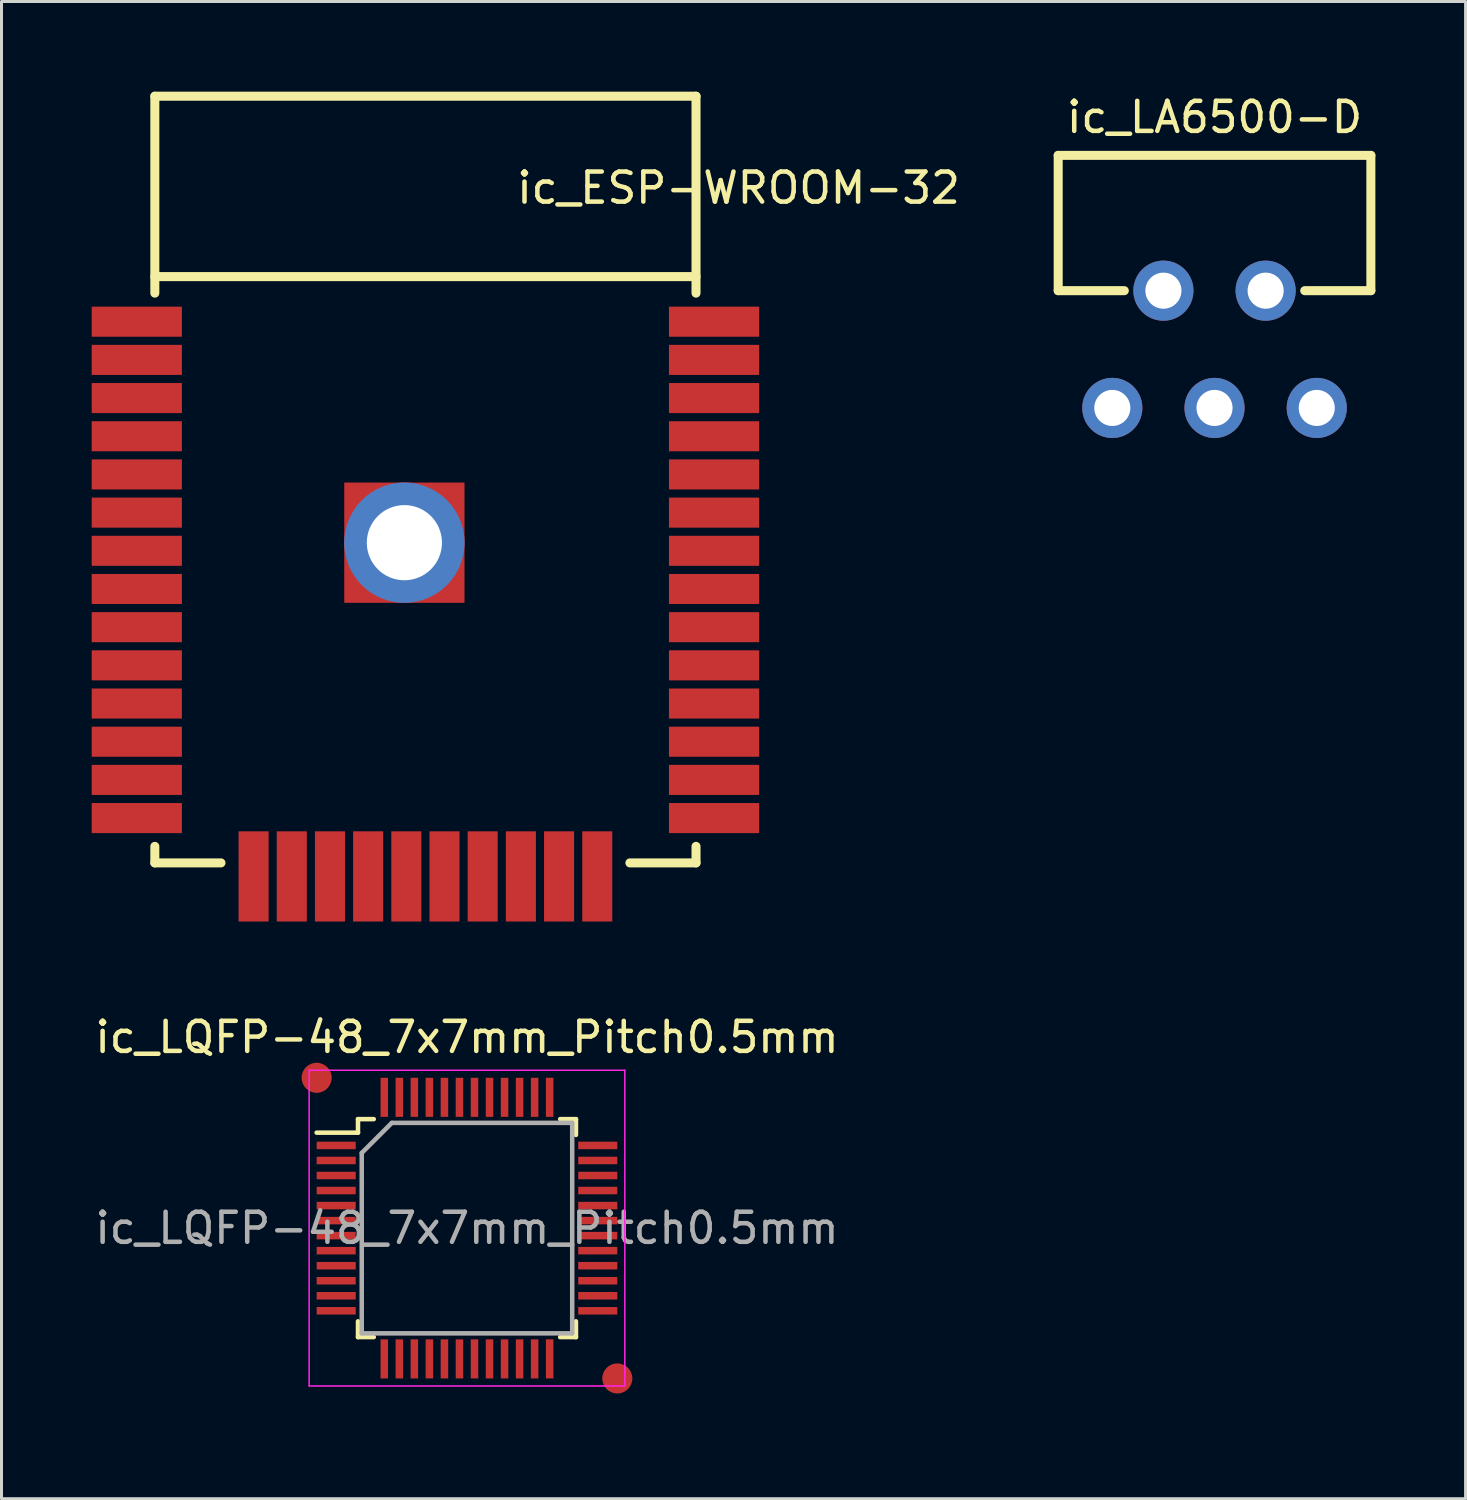
<source format=kicad_pcb>
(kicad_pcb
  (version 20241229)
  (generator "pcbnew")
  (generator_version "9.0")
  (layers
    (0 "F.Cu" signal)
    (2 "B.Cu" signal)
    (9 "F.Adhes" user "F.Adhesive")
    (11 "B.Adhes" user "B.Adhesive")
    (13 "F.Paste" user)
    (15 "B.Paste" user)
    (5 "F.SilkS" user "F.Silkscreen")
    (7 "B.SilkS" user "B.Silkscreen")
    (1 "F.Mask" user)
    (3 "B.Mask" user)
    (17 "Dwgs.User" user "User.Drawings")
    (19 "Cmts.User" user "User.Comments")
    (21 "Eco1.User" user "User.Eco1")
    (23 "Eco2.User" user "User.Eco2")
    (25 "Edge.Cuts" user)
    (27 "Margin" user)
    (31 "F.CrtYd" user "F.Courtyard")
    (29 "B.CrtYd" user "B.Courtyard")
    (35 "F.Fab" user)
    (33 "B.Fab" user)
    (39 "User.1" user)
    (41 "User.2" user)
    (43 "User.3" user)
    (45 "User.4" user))
  (footprint "ic_LQFP-48_7x7mm_Pitch0.5mm"
    (layer "F.Cu")
    (at 12.482 37.798)
    (property "Reference" "ic_LQFP-48_7x7mm_Pitch0.5mm" (at 0 -6.35 180) (layer "F.SilkS") (effects (font (size 1 1) (thickness 0.15))))
    (attr smd)
    (fp_line (start -3.625 -3.625) (end -3.625 -3.175) (stroke (width 0.15) (type solid)) (layer "F.SilkS"))
    (fp_line (start -3.625 -3.625) (end -3.1 -3.625) (stroke (width 0.15) (type solid)) (layer "F.SilkS"))
    (fp_line (start -3.625 -3.175) (end -5 -3.175) (stroke (width 0.15) (type solid)) (layer "F.SilkS"))
    (fp_line (start -3.625 3.625) (end -3.625 3.1) (stroke (width 0.15) (type solid)) (layer "F.SilkS"))
    (fp_line (start -3.625 3.625) (end -3.1 3.625) (stroke (width 0.15) (type solid)) (layer "F.SilkS"))
    (fp_line (start 3.625 -3.625) (end 3.1 -3.625) (stroke (width 0.15) (type solid)) (layer "F.SilkS"))
    (fp_line (start 3.625 -3.625) (end 3.625 -3.1) (stroke (width 0.15) (type solid)) (layer "F.SilkS"))
    (fp_line (start 3.625 3.625) (end 3.1 3.625) (stroke (width 0.15) (type solid)) (layer "F.SilkS"))
    (fp_line (start 3.625 3.625) (end 3.625 3.1) (stroke (width 0.15) (type solid)) (layer "F.SilkS"))
    (fp_line (start -5.25 -5.25) (end -5.25 5.25) (stroke (width 0.05) (type solid)) (layer "F.CrtYd"))
    (fp_line (start -5.25 -5.25) (end 5.25 -5.25) (stroke (width 0.05) (type solid)) (layer "F.CrtYd"))
    (fp_line (start -5.25 5.25) (end 5.25 5.25) (stroke (width 0.05) (type solid)) (layer "F.CrtYd"))
    (fp_line (start 5.25 -5.25) (end 5.25 5.25) (stroke (width 0.05) (type solid)) (layer "F.CrtYd"))
    (fp_line (start -3.5 -2.5) (end -2.5 -3.5) (stroke (width 0.15) (type solid)) (layer "F.Fab"))
    (fp_line (start -3.5 3.5) (end -3.5 -2.5) (stroke (width 0.15) (type solid)) (layer "F.Fab"))
    (fp_line (start -2.5 -3.5) (end 3.5 -3.5) (stroke (width 0.15) (type solid)) (layer "F.Fab"))
    (fp_line (start 3.5 -3.5) (end 3.5 3.5) (stroke (width 0.15) (type solid)) (layer "F.Fab"))
    (fp_line (start 3.5 3.5) (end -3.5 3.5) (stroke (width 0.15) (type solid)) (layer "F.Fab"))
    (fp_text user "${REFERENCE}" (at 0 0 0) (layer "F.Fab") (effects (font (size 1 1) (thickness 0.15))))
    (pad "" smd circle (at -5 -5) (size 2 2) (layers "F.Mask"))
    (pad "" smd circle (at 5 5) (size 2 2) (layers "F.Mask"))
    (pad "1" smd rect (at -4.35 -2.75) (size 1.3 0.25) (layers "F.Cu" "F.Mask" "F.Paste"))
    (pad "2" smd rect (at -4.35 -2.25) (size 1.3 0.25) (layers "F.Cu" "F.Mask" "F.Paste"))
    (pad "3" smd rect (at -4.35 -1.75) (size 1.3 0.25) (layers "F.Cu" "F.Mask" "F.Paste"))
    (pad "4" smd rect (at -4.35 -1.25) (size 1.3 0.25) (layers "F.Cu" "F.Mask" "F.Paste"))
    (pad "5" smd rect (at -4.35 -0.75) (size 1.3 0.25) (layers "F.Cu" "F.Mask" "F.Paste"))
    (pad "6" smd rect (at -4.35 -0.25) (size 1.3 0.25) (layers "F.Cu" "F.Mask" "F.Paste"))
    (pad "7" smd rect (at -4.35 0.25) (size 1.3 0.25) (layers "F.Cu" "F.Mask" "F.Paste"))
    (pad "8" smd rect (at -4.35 0.75) (size 1.3 0.25) (layers "F.Cu" "F.Mask" "F.Paste"))
    (pad "9" smd rect (at -4.35 1.25) (size 1.3 0.25) (layers "F.Cu" "F.Mask" "F.Paste"))
    (pad "10" smd rect (at -4.35 1.75) (size 1.3 0.25) (layers "F.Cu" "F.Mask" "F.Paste"))
    (pad "11" smd rect (at -4.35 2.25) (size 1.3 0.25) (layers "F.Cu" "F.Mask" "F.Paste"))
    (pad "12" smd rect (at -4.35 2.75) (size 1.3 0.25) (layers "F.Cu" "F.Mask" "F.Paste"))
    (pad "13" smd rect (at -2.75 4.35 90) (size 1.3 0.25) (layers "F.Cu" "F.Mask" "F.Paste"))
    (pad "14" smd rect (at -2.25 4.35 90) (size 1.3 0.25) (layers "F.Cu" "F.Mask" "F.Paste"))
    (pad "15" smd rect (at -1.75 4.35 90) (size 1.3 0.25) (layers "F.Cu" "F.Mask" "F.Paste"))
    (pad "16" smd rect (at -1.25 4.35 90) (size 1.3 0.25) (layers "F.Cu" "F.Mask" "F.Paste"))
    (pad "17" smd rect (at -0.75 4.35 90) (size 1.3 0.25) (layers "F.Cu" "F.Mask" "F.Paste"))
    (pad "18" smd rect (at -0.25 4.35 90) (size 1.3 0.25) (layers "F.Cu" "F.Mask" "F.Paste"))
    (pad "19" smd rect (at 0.25 4.35 90) (size 1.3 0.25) (layers "F.Cu" "F.Mask" "F.Paste"))
    (pad "20" smd rect (at 0.75 4.35 90) (size 1.3 0.25) (layers "F.Cu" "F.Mask" "F.Paste"))
    (pad "21" smd rect (at 1.25 4.35 90) (size 1.3 0.25) (layers "F.Cu" "F.Mask" "F.Paste"))
    (pad "22" smd rect (at 1.75 4.35 90) (size 1.3 0.25) (layers "F.Cu" "F.Mask" "F.Paste"))
    (pad "23" smd rect (at 2.25 4.35 90) (size 1.3 0.25) (layers "F.Cu" "F.Mask" "F.Paste"))
    (pad "24" smd rect (at 2.75 4.35 90) (size 1.3 0.25) (layers "F.Cu" "F.Mask" "F.Paste"))
    (pad "25" smd rect (at 4.35 2.75) (size 1.3 0.25) (layers "F.Cu" "F.Mask" "F.Paste"))
    (pad "26" smd rect (at 4.35 2.25) (size 1.3 0.25) (layers "F.Cu" "F.Mask" "F.Paste"))
    (pad "27" smd rect (at 4.35 1.75) (size 1.3 0.25) (layers "F.Cu" "F.Mask" "F.Paste"))
    (pad "28" smd rect (at 4.35 1.25) (size 1.3 0.25) (layers "F.Cu" "F.Mask" "F.Paste"))
    (pad "29" smd rect (at 4.35 0.75) (size 1.3 0.25) (layers "F.Cu" "F.Mask" "F.Paste"))
    (pad "30" smd rect (at 4.35 0.25) (size 1.3 0.25) (layers "F.Cu" "F.Mask" "F.Paste"))
    (pad "31" smd rect (at 4.35 -0.25) (size 1.3 0.25) (layers "F.Cu" "F.Mask" "F.Paste"))
    (pad "32" smd rect (at 4.35 -0.75) (size 1.3 0.25) (layers "F.Cu" "F.Mask" "F.Paste"))
    (pad "33" smd rect (at 4.35 -1.25) (size 1.3 0.25) (layers "F.Cu" "F.Mask" "F.Paste"))
    (pad "34" smd rect (at 4.35 -1.75) (size 1.3 0.25) (layers "F.Cu" "F.Mask" "F.Paste"))
    (pad "35" smd rect (at 4.35 -2.25) (size 1.3 0.25) (layers "F.Cu" "F.Mask" "F.Paste"))
    (pad "36" smd rect (at 4.35 -2.75) (size 1.3 0.25) (layers "F.Cu" "F.Mask" "F.Paste"))
    (pad "37" smd rect (at 2.75 -4.35 90) (size 1.3 0.25) (layers "F.Cu" "F.Mask" "F.Paste"))
    (pad "38" smd rect (at 2.25 -4.35 90) (size 1.3 0.25) (layers "F.Cu" "F.Mask" "F.Paste"))
    (pad "39" smd rect (at 1.75 -4.35 90) (size 1.3 0.25) (layers "F.Cu" "F.Mask" "F.Paste"))
    (pad "40" smd rect (at 1.25 -4.35 90) (size 1.3 0.25) (layers "F.Cu" "F.Mask" "F.Paste"))
    (pad "41" smd rect (at 0.75 -4.35 90) (size 1.3 0.25) (layers "F.Cu" "F.Mask" "F.Paste"))
    (pad "42" smd rect (at 0.25 -4.35 90) (size 1.3 0.25) (layers "F.Cu" "F.Mask" "F.Paste"))
    (pad "43" smd rect (at -0.25 -4.35 90) (size 1.3 0.25) (layers "F.Cu" "F.Mask" "F.Paste"))
    (pad "44" smd rect (at -0.75 -4.35 90) (size 1.3 0.25) (layers "F.Cu" "F.Mask" "F.Paste"))
    (pad "45" smd rect (at -1.25 -4.35 90) (size 1.3 0.25) (layers "F.Cu" "F.Mask" "F.Paste"))
    (pad "46" smd rect (at -1.75 -4.35 90) (size 1.3 0.25) (layers "F.Cu" "F.Mask" "F.Paste"))
    (pad "47" smd rect (at -2.25 -4.35 90) (size 1.3 0.25) (layers "F.Cu" "F.Mask" "F.Paste"))
    (pad "48" smd rect (at -2.75 -4.35 90) (size 1.3 0.25) (layers "F.Cu" "F.Mask" "F.Paste"))
    (pad "49" smd circle (at -5 -5) (size 1 1) (layers "F.Cu" "F.Mask" "F.Paste"))
    (pad "50" smd circle (at 5 5) (size 1 1) (layers "F.Cu" "F.Mask" "F.Paste")))
  (footprint "ic_ESP-WROOM-32"
    (layer "F.Cu")
    (at 11.1 15.9)
    (property "Reference" "ic_ESP-WROOM-32" (at 10.414 -12.7 0) (layer "F.SilkS") (effects (font (size 1 1) (thickness 0.15))))
    (attr through_hole)
    (fp_line (start -9 -15.75) (end -9 -9.2) (stroke (width 0.3) (type solid)) (layer "F.SilkS"))
    (fp_line (start -9 -15.75) (end 9 -15.75) (stroke (width 0.3) (type solid)) (layer "F.SilkS"))
    (fp_line (start -9 -9.75) (end 9 -9.75) (stroke (width 0.3) (type solid)) (layer "F.SilkS"))
    (fp_line (start -9 9.2) (end -9 9.75) (stroke (width 0.3) (type solid)) (layer "F.SilkS"))
    (fp_line (start -9 9.75) (end -6.8 9.75) (stroke (width 0.3) (type solid)) (layer "F.SilkS"))
    (fp_line (start 6.8 9.75) (end 9 9.75) (stroke (width 0.3) (type solid)) (layer "F.SilkS"))
    (fp_line (start 9 -9.2) (end 9 -15.75) (stroke (width 0.3) (type solid)) (layer "F.SilkS"))
    (fp_line (start 9 9.75) (end 9 9.2) (stroke (width 0.3) (type solid)) (layer "F.SilkS"))
    (pad "1" smd rect (at -9.6 -8.25) (size 3 1) (layers "F.Cu" "F.Mask" "F.Paste"))
    (pad "2" smd rect (at -9.6 -6.98) (size 3 1) (layers "F.Cu" "F.Mask" "F.Paste"))
    (pad "3" smd rect (at -9.6 -5.71) (size 3 1) (layers "F.Cu" "F.Mask" "F.Paste"))
    (pad "4" smd rect (at -9.6 -4.44) (size 3 1) (layers "F.Cu" "F.Mask" "F.Paste"))
    (pad "5" smd rect (at -9.6 -3.17) (size 3 1) (layers "F.Cu" "F.Mask" "F.Paste"))
    (pad "6" smd rect (at -9.6 -1.9) (size 3 1) (layers "F.Cu" "F.Mask" "F.Paste"))
    (pad "7" smd rect (at -9.6 -0.63) (size 3 1) (layers "F.Cu" "F.Mask" "F.Paste"))
    (pad "8" smd rect (at -9.6 0.64) (size 3 1) (layers "F.Cu" "F.Mask" "F.Paste"))
    (pad "9" smd rect (at -9.6 1.91) (size 3 1) (layers "F.Cu" "F.Mask" "F.Paste"))
    (pad "10" smd rect (at -9.6 3.18) (size 3 1) (layers "F.Cu" "F.Mask" "F.Paste"))
    (pad "11" smd rect (at -9.6 4.45) (size 3 1) (layers "F.Cu" "F.Mask" "F.Paste"))
    (pad "12" smd rect (at -9.6 5.72) (size 3 1) (layers "F.Cu" "F.Mask" "F.Paste"))
    (pad "13" smd rect (at -9.6 6.99) (size 3 1) (layers "F.Cu" "F.Mask" "F.Paste"))
    (pad "14" smd rect (at -9.6 8.26) (size 3 1) (layers "F.Cu" "F.Mask" "F.Paste"))
    (pad "15" smd rect (at -5.715 10.2) (size 1 3) (layers "F.Cu" "F.Mask" "F.Paste"))
    (pad "16" smd rect (at -4.445 10.2) (size 1 3) (layers "F.Cu" "F.Mask" "F.Paste"))
    (pad "17" smd rect (at -3.175 10.2) (size 1 3) (layers "F.Cu" "F.Mask" "F.Paste"))
    (pad "18" smd rect (at -1.905 10.2) (size 1 3) (layers "F.Cu" "F.Mask" "F.Paste"))
    (pad "19" smd rect (at -0.635 10.2) (size 1 3) (layers "F.Cu" "F.Mask" "F.Paste"))
    (pad "20" smd rect (at 0.635 10.2) (size 1 3) (layers "F.Cu" "F.Mask" "F.Paste"))
    (pad "21" smd rect (at 1.905 10.2) (size 1 3) (layers "F.Cu" "F.Mask" "F.Paste"))
    (pad "22" smd rect (at 3.175 10.2) (size 1 3) (layers "F.Cu" "F.Mask" "F.Paste"))
    (pad "23" smd rect (at 4.445 10.2) (size 1 3) (layers "F.Cu" "F.Mask" "F.Paste"))
    (pad "24" smd rect (at 5.715 10.2) (size 1 3) (layers "F.Cu" "F.Mask" "F.Paste"))
    (pad "25" smd rect (at 9.6 8.26) (size 3 1) (layers "F.Cu" "F.Mask" "F.Paste"))
    (pad "26" smd rect (at 9.6 6.99) (size 3 1) (layers "F.Cu" "F.Mask" "F.Paste"))
    (pad "27" smd rect (at 9.6 5.72) (size 3 1) (layers "F.Cu" "F.Mask" "F.Paste"))
    (pad "28" smd rect (at 9.6 4.45) (size 3 1) (layers "F.Cu" "F.Mask" "F.Paste"))
    (pad "29" smd rect (at 9.6 3.18) (size 3 1) (layers "F.Cu" "F.Mask" "F.Paste"))
    (pad "30" smd rect (at 9.6 1.91) (size 3 1) (layers "F.Cu" "F.Mask" "F.Paste"))
    (pad "31" smd rect (at 9.6 0.64) (size 3 1) (layers "F.Cu" "F.Mask" "F.Paste"))
    (pad "32" smd rect (at 9.6 -0.63) (size 3 1) (layers "F.Cu" "F.Mask" "F.Paste"))
    (pad "33" smd rect (at 9.6 -1.9) (size 3 1) (layers "F.Cu" "F.Mask" "F.Paste"))
    (pad "34" smd rect (at 9.6 -3.17) (size 3 1) (layers "F.Cu" "F.Mask" "F.Paste"))
    (pad "35" smd rect (at 9.6 -4.44) (size 3 1) (layers "F.Cu" "F.Mask" "F.Paste"))
    (pad "36" smd rect (at 9.6 -5.71) (size 3 1) (layers "F.Cu" "F.Mask" "F.Paste"))
    (pad "37" smd rect (at 9.6 -6.98) (size 3 1) (layers "F.Cu" "F.Mask" "F.Paste"))
    (pad "38" smd rect (at 9.6 -8.25) (size 3 1) (layers "F.Cu" "F.Mask" "F.Paste"))
    (pad "39" thru_hole circle (at -0.7 -0.9) (size 4 4) (drill 2.5) (layers "*.Cu" "*.Mask"))
    (pad "40" smd rect (at -0.7 -0.9) (size 4 4) (layers "F.Cu" "F.Mask" "F.Paste")))
  (footprint "ic_LA6500-D"
    (layer "F.Cu")
    (at 37.346 2.118)
    (property "Reference" "ic_LA6500-D" (at 0 -1.27 0) (layer "F.SilkS") (effects (font (size 1 1) (thickness 0.15))))
    (attr through_hole)
    (fp_line (start -5.2 0) (end -5.2 4.5) (stroke (width 0.3) (type solid)) (layer "F.SilkS"))
    (fp_line (start -3 4.5) (end -5.2 4.5) (stroke (width 0.3) (type solid)) (layer "F.SilkS"))
    (fp_line (start 3 4.5) (end 5.2 4.5) (stroke (width 0.3) (type solid)) (layer "F.SilkS"))
    (fp_line (start 5.2 0) (end -5.2 0) (stroke (width 0.3) (type solid)) (layer "F.SilkS"))
    (fp_line (start 5.2 4.5) (end 5.2 0) (stroke (width 0.3) (type solid)) (layer "F.SilkS"))
    (pad "1" thru_hole circle (at -3.4 8.4) (size 2 2) (drill 1.2) (layers "*.Cu" "*.Mask"))
    (pad "2" thru_hole circle (at -1.7 4.5) (size 2 2) (drill 1.2) (layers "*.Cu" "*.Mask"))
    (pad "3" thru_hole circle (at 0 8.4) (size 2 2) (drill 1.2) (layers "*.Cu" "*.Mask"))
    (pad "4" thru_hole circle (at 1.7 4.5) (size 2 2) (drill 1.2) (layers "*.Cu" "*.Mask"))
    (pad "5" thru_hole circle (at 3.4 8.4) (size 2 2) (drill 1.2) (layers "*.Cu" "*.Mask")))
  (gr_rect
    (start -3 -3)
    (end 45.696 46.798)
    (stroke (width 0.1) (type default))
    (fill no)
    (layer "Edge.Cuts")))
</source>
